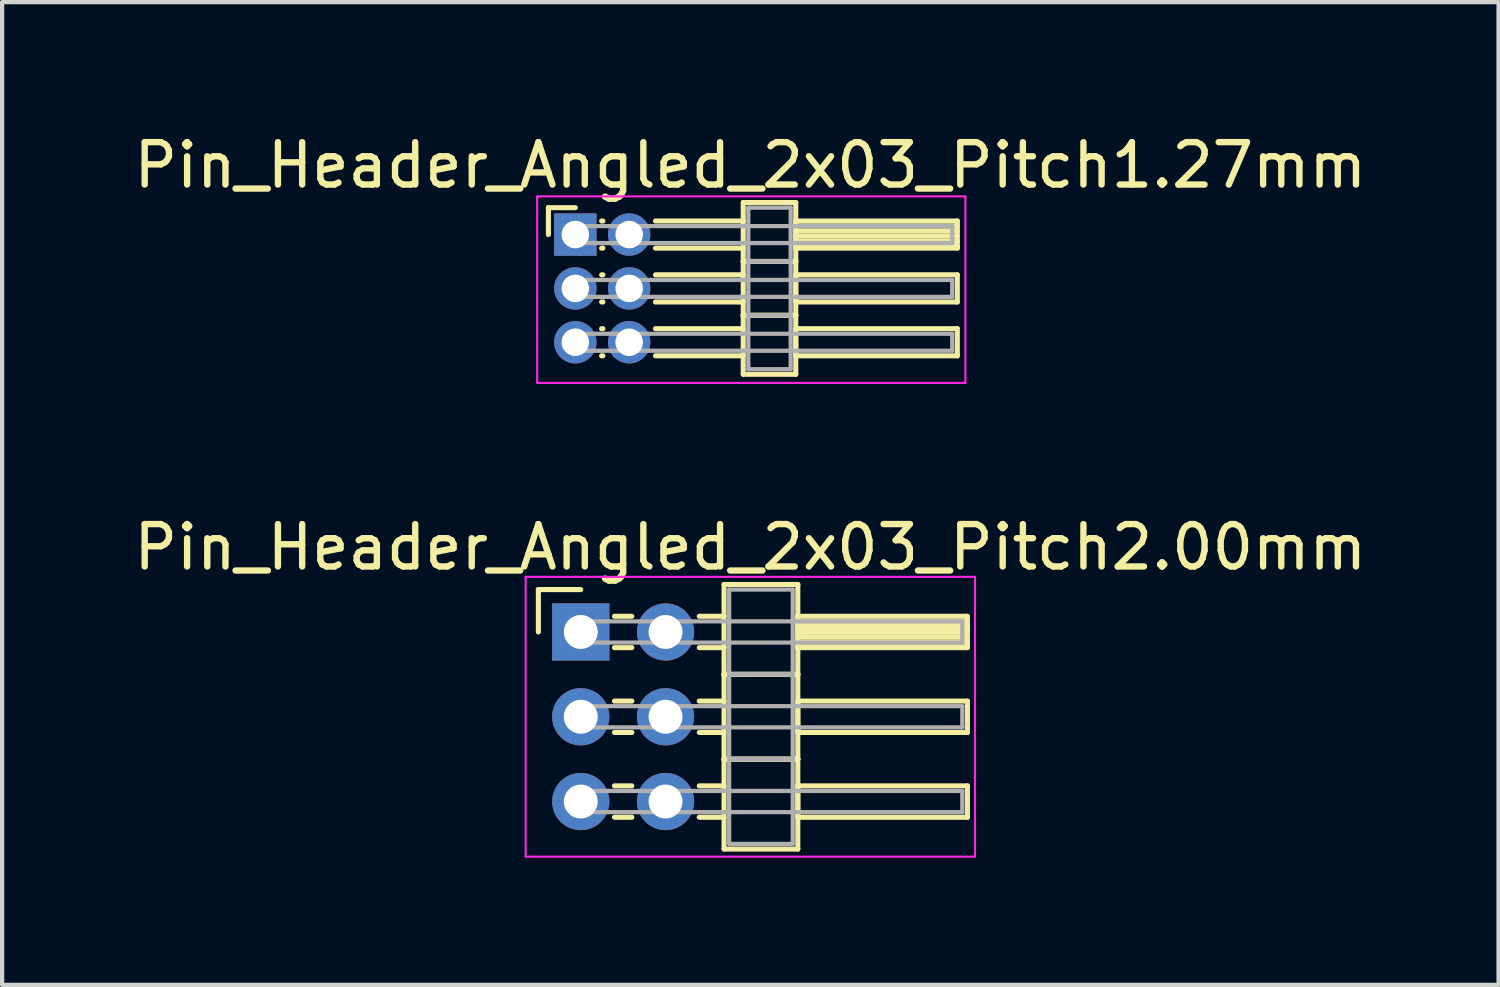
<source format=kicad_pcb>
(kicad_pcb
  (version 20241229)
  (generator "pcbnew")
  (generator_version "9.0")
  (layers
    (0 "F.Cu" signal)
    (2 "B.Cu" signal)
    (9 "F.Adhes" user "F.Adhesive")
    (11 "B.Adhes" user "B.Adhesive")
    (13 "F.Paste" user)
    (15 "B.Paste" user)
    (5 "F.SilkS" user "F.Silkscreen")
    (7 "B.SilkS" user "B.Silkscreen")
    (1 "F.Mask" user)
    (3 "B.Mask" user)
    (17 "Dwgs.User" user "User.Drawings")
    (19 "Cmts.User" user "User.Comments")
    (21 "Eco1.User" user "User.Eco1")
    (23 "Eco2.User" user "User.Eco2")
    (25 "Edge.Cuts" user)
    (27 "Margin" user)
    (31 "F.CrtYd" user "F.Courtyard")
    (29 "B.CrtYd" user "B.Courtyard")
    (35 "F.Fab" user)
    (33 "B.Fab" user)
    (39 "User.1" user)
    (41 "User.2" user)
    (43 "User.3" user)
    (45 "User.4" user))
  (footprint "Pin_Header_Angled_2x03_Pitch1.27mm"
    (layer "F.Cu")
    (at 10.521 2.483)
    (property "Reference" "Pin_Header_Angled_2x03_Pitch1.27mm" (at 4.128 -1.635 0) (layer "F.SilkS") (effects (font (size 1 1) (thickness 0.15))))
    (attr through_hole)
    (fp_line (start -0.635 -0.635) (end 0 -0.635) (stroke (width 0.12) (type solid)) (layer "F.SilkS"))
    (fp_line (start -0.635 0) (end -0.635 -0.635) (stroke (width 0.12) (type solid)) (layer "F.SilkS"))
    (fp_line (start 0.62 -0.32) (end 0.65 -0.32) (stroke (width 0.12) (type solid)) (layer "F.SilkS"))
    (fp_line (start 0.62 0.32) (end 0.65 0.32) (stroke (width 0.12) (type solid)) (layer "F.SilkS"))
    (fp_line (start 0.62 0.95) (end 0.65 0.95) (stroke (width 0.12) (type solid)) (layer "F.SilkS"))
    (fp_line (start 0.62 1.59) (end 0.65 1.59) (stroke (width 0.12) (type solid)) (layer "F.SilkS"))
    (fp_line (start 0.62 2.22) (end 0.65 2.22) (stroke (width 0.12) (type solid)) (layer "F.SilkS"))
    (fp_line (start 0.62 2.86) (end 0.65 2.86) (stroke (width 0.12) (type solid)) (layer "F.SilkS"))
    (fp_line (start 1.89 -0.32) (end 3.96 -0.32) (stroke (width 0.12) (type solid)) (layer "F.SilkS"))
    (fp_line (start 1.89 0.32) (end 3.96 0.32) (stroke (width 0.12) (type solid)) (layer "F.SilkS"))
    (fp_line (start 1.89 0.95) (end 3.96 0.95) (stroke (width 0.12) (type solid)) (layer "F.SilkS"))
    (fp_line (start 1.89 1.59) (end 3.96 1.59) (stroke (width 0.12) (type solid)) (layer "F.SilkS"))
    (fp_line (start 1.89 2.22) (end 3.96 2.22) (stroke (width 0.12) (type solid)) (layer "F.SilkS"))
    (fp_line (start 1.89 2.86) (end 3.96 2.86) (stroke (width 0.12) (type solid)) (layer "F.SilkS"))
    (fp_line (start 3.96 -0.755) (end 3.96 0.635) (stroke (width 0.12) (type solid)) (layer "F.SilkS"))
    (fp_line (start 3.96 0.635) (end 3.96 1.905) (stroke (width 0.12) (type solid)) (layer "F.SilkS"))
    (fp_line (start 3.96 0.635) (end 5.2 0.635) (stroke (width 0.12) (type solid)) (layer "F.SilkS"))
    (fp_line (start 3.96 1.905) (end 3.96 3.295) (stroke (width 0.12) (type solid)) (layer "F.SilkS"))
    (fp_line (start 3.96 1.905) (end 5.2 1.905) (stroke (width 0.12) (type solid)) (layer "F.SilkS"))
    (fp_line (start 3.96 3.295) (end 5.2 3.295) (stroke (width 0.12) (type solid)) (layer "F.SilkS"))
    (fp_line (start 5.2 -0.755) (end 3.96 -0.755) (stroke (width 0.12) (type solid)) (layer "F.SilkS"))
    (fp_line (start 5.2 -0.32) (end 5.2 0.32) (stroke (width 0.12) (type solid)) (layer "F.SilkS"))
    (fp_line (start 5.2 -0.2) (end 9.01 -0.2) (stroke (width 0.12) (type solid)) (layer "F.SilkS"))
    (fp_line (start 5.2 -0.08) (end 9.01 -0.08) (stroke (width 0.12) (type solid)) (layer "F.SilkS"))
    (fp_line (start 5.2 0.04) (end 9.01 0.04) (stroke (width 0.12) (type solid)) (layer "F.SilkS"))
    (fp_line (start 5.2 0.16) (end 9.01 0.16) (stroke (width 0.12) (type solid)) (layer "F.SilkS"))
    (fp_line (start 5.2 0.28) (end 9.01 0.28) (stroke (width 0.12) (type solid)) (layer "F.SilkS"))
    (fp_line (start 5.2 0.32) (end 9.01 0.32) (stroke (width 0.12) (type solid)) (layer "F.SilkS"))
    (fp_line (start 5.2 0.635) (end 3.96 0.635) (stroke (width 0.12) (type solid)) (layer "F.SilkS"))
    (fp_line (start 5.2 0.635) (end 5.2 -0.755) (stroke (width 0.12) (type solid)) (layer "F.SilkS"))
    (fp_line (start 5.2 0.95) (end 5.2 1.59) (stroke (width 0.12) (type solid)) (layer "F.SilkS"))
    (fp_line (start 5.2 1.59) (end 9.01 1.59) (stroke (width 0.12) (type solid)) (layer "F.SilkS"))
    (fp_line (start 5.2 1.905) (end 3.96 1.905) (stroke (width 0.12) (type solid)) (layer "F.SilkS"))
    (fp_line (start 5.2 1.905) (end 5.2 0.635) (stroke (width 0.12) (type solid)) (layer "F.SilkS"))
    (fp_line (start 5.2 2.22) (end 5.2 2.86) (stroke (width 0.12) (type solid)) (layer "F.SilkS"))
    (fp_line (start 5.2 2.86) (end 9.01 2.86) (stroke (width 0.12) (type solid)) (layer "F.SilkS"))
    (fp_line (start 5.2 3.295) (end 5.2 1.905) (stroke (width 0.12) (type solid)) (layer "F.SilkS"))
    (fp_line (start 9.01 -0.32) (end 5.2 -0.32) (stroke (width 0.12) (type solid)) (layer "F.SilkS"))
    (fp_line (start 9.01 0.32) (end 9.01 -0.32) (stroke (width 0.12) (type solid)) (layer "F.SilkS"))
    (fp_line (start 9.01 0.95) (end 5.2 0.95) (stroke (width 0.12) (type solid)) (layer "F.SilkS"))
    (fp_line (start 9.01 1.59) (end 9.01 0.95) (stroke (width 0.12) (type solid)) (layer "F.SilkS"))
    (fp_line (start 9.01 2.22) (end 5.2 2.22) (stroke (width 0.12) (type solid)) (layer "F.SilkS"))
    (fp_line (start 9.01 2.86) (end 9.01 2.22) (stroke (width 0.12) (type solid)) (layer "F.SilkS"))
    (fp_line (start -0.9 -0.9) (end -0.9 3.5) (stroke (width 0.05) (type solid)) (layer "F.CrtYd"))
    (fp_line (start -0.9 3.5) (end 9.2 3.5) (stroke (width 0.05) (type solid)) (layer "F.CrtYd"))
    (fp_line (start 9.2 -0.9) (end -0.9 -0.9) (stroke (width 0.05) (type solid)) (layer "F.CrtYd"))
    (fp_line (start 9.2 3.5) (end 9.2 -0.9) (stroke (width 0.05) (type solid)) (layer "F.CrtYd"))
    (fp_line (start 0 -0.2) (end 0 0.2) (stroke (width 0.1) (type solid)) (layer "F.Fab"))
    (fp_line (start 0 0.2) (end 8.89 0.2) (stroke (width 0.1) (type solid)) (layer "F.Fab"))
    (fp_line (start 0 1.07) (end 0 1.47) (stroke (width 0.1) (type solid)) (layer "F.Fab"))
    (fp_line (start 0 1.47) (end 8.89 1.47) (stroke (width 0.1) (type solid)) (layer "F.Fab"))
    (fp_line (start 0 2.34) (end 0 2.74) (stroke (width 0.1) (type solid)) (layer "F.Fab"))
    (fp_line (start 0 2.74) (end 8.89 2.74) (stroke (width 0.1) (type solid)) (layer "F.Fab"))
    (fp_line (start 4.08 -0.635) (end 4.08 0.635) (stroke (width 0.1) (type solid)) (layer "F.Fab"))
    (fp_line (start 4.08 0.635) (end 4.08 1.905) (stroke (width 0.1) (type solid)) (layer "F.Fab"))
    (fp_line (start 4.08 0.635) (end 5.08 0.635) (stroke (width 0.1) (type solid)) (layer "F.Fab"))
    (fp_line (start 4.08 1.905) (end 4.08 3.175) (stroke (width 0.1) (type solid)) (layer "F.Fab"))
    (fp_line (start 4.08 1.905) (end 5.08 1.905) (stroke (width 0.1) (type solid)) (layer "F.Fab"))
    (fp_line (start 4.08 3.175) (end 5.08 3.175) (stroke (width 0.1) (type solid)) (layer "F.Fab"))
    (fp_line (start 5.08 -0.635) (end 4.08 -0.635) (stroke (width 0.1) (type solid)) (layer "F.Fab"))
    (fp_line (start 5.08 0.635) (end 4.08 0.635) (stroke (width 0.1) (type solid)) (layer "F.Fab"))
    (fp_line (start 5.08 0.635) (end 5.08 -0.635) (stroke (width 0.1) (type solid)) (layer "F.Fab"))
    (fp_line (start 5.08 1.905) (end 4.08 1.905) (stroke (width 0.1) (type solid)) (layer "F.Fab"))
    (fp_line (start 5.08 1.905) (end 5.08 0.635) (stroke (width 0.1) (type solid)) (layer "F.Fab"))
    (fp_line (start 5.08 3.175) (end 5.08 1.905) (stroke (width 0.1) (type solid)) (layer "F.Fab"))
    (fp_line (start 8.89 -0.2) (end 0 -0.2) (stroke (width 0.1) (type solid)) (layer "F.Fab"))
    (fp_line (start 8.89 0.2) (end 8.89 -0.2) (stroke (width 0.1) (type solid)) (layer "F.Fab"))
    (fp_line (start 8.89 1.07) (end 0 1.07) (stroke (width 0.1) (type solid)) (layer "F.Fab"))
    (fp_line (start 8.89 1.47) (end 8.89 1.07) (stroke (width 0.1) (type solid)) (layer "F.Fab"))
    (fp_line (start 8.89 2.34) (end 0 2.34) (stroke (width 0.1) (type solid)) (layer "F.Fab"))
    (fp_line (start 8.89 2.74) (end 8.89 2.34) (stroke (width 0.1) (type solid)) (layer "F.Fab"))
    (pad "1" thru_hole rect (at 0 0) (size 1 1) (drill 0.65) (layers "*.Cu" "*.Mask"))
    (pad "2" thru_hole oval (at 1.27 0) (size 1 1) (drill 0.65) (layers "*.Cu" "*.Mask"))
    (pad "3" thru_hole oval (at 0 1.27) (size 1 1) (drill 0.65) (layers "*.Cu" "*.Mask"))
    (pad "4" thru_hole oval (at 1.27 1.27) (size 1 1) (drill 0.65) (layers "*.Cu" "*.Mask"))
    (pad "5" thru_hole oval (at 0 2.54) (size 1 1) (drill 0.65) (layers "*.Cu" "*.Mask"))
    (pad "6" thru_hole oval (at 1.27 2.54) (size 1 1) (drill 0.65) (layers "*.Cu" "*.Mask")))
  (footprint "Pin_Header_Angled_2x03_Pitch2.00mm"
    (layer "F.Cu")
    (at 10.649 11.857)
    (property "Reference" "Pin_Header_Angled_2x03_Pitch2.00mm" (at 4 -2 0) (layer "F.SilkS") (effects (font (size 1 1) (thickness 0.15))))
    (attr through_hole)
    (fp_line (start -1 -1) (end 0 -1) (stroke (width 0.12) (type solid)) (layer "F.SilkS"))
    (fp_line (start -1 0) (end -1 -1) (stroke (width 0.12) (type solid)) (layer "F.SilkS"))
    (fp_line (start 0.795 -0.37) (end 1.205 -0.37) (stroke (width 0.12) (type solid)) (layer "F.SilkS"))
    (fp_line (start 0.795 0.37) (end 1.205 0.37) (stroke (width 0.12) (type solid)) (layer "F.SilkS"))
    (fp_line (start 0.795 1.63) (end 1.205 1.63) (stroke (width 0.12) (type solid)) (layer "F.SilkS"))
    (fp_line (start 0.795 2.37) (end 1.205 2.37) (stroke (width 0.12) (type solid)) (layer "F.SilkS"))
    (fp_line (start 0.795 3.63) (end 1.205 3.63) (stroke (width 0.12) (type solid)) (layer "F.SilkS"))
    (fp_line (start 0.795 4.37) (end 1.205 4.37) (stroke (width 0.12) (type solid)) (layer "F.SilkS"))
    (fp_line (start 2.795 -0.37) (end 3.38 -0.37) (stroke (width 0.12) (type solid)) (layer "F.SilkS"))
    (fp_line (start 2.795 0.37) (end 3.38 0.37) (stroke (width 0.12) (type solid)) (layer "F.SilkS"))
    (fp_line (start 2.795 1.63) (end 3.38 1.63) (stroke (width 0.12) (type solid)) (layer "F.SilkS"))
    (fp_line (start 2.795 2.37) (end 3.38 2.37) (stroke (width 0.12) (type solid)) (layer "F.SilkS"))
    (fp_line (start 2.795 3.63) (end 3.38 3.63) (stroke (width 0.12) (type solid)) (layer "F.SilkS"))
    (fp_line (start 2.795 4.37) (end 3.38 4.37) (stroke (width 0.12) (type solid)) (layer "F.SilkS"))
    (fp_line (start 3.38 -1.12) (end 3.38 1) (stroke (width 0.12) (type solid)) (layer "F.SilkS"))
    (fp_line (start 3.38 1) (end 3.38 3) (stroke (width 0.12) (type solid)) (layer "F.SilkS"))
    (fp_line (start 3.38 1) (end 5.12 1) (stroke (width 0.12) (type solid)) (layer "F.SilkS"))
    (fp_line (start 3.38 3) (end 3.38 5.12) (stroke (width 0.12) (type solid)) (layer "F.SilkS"))
    (fp_line (start 3.38 3) (end 5.12 3) (stroke (width 0.12) (type solid)) (layer "F.SilkS"))
    (fp_line (start 3.38 5.12) (end 5.12 5.12) (stroke (width 0.12) (type solid)) (layer "F.SilkS"))
    (fp_line (start 5.12 -1.12) (end 3.38 -1.12) (stroke (width 0.12) (type solid)) (layer "F.SilkS"))
    (fp_line (start 5.12 -0.37) (end 5.12 0.37) (stroke (width 0.12) (type solid)) (layer "F.SilkS"))
    (fp_line (start 5.12 -0.25) (end 9.12 -0.25) (stroke (width 0.12) (type solid)) (layer "F.SilkS"))
    (fp_line (start 5.12 -0.13) (end 9.12 -0.13) (stroke (width 0.12) (type solid)) (layer "F.SilkS"))
    (fp_line (start 5.12 -0.01) (end 9.12 -0.01) (stroke (width 0.12) (type solid)) (layer "F.SilkS"))
    (fp_line (start 5.12 0.11) (end 9.12 0.11) (stroke (width 0.12) (type solid)) (layer "F.SilkS"))
    (fp_line (start 5.12 0.23) (end 9.12 0.23) (stroke (width 0.12) (type solid)) (layer "F.SilkS"))
    (fp_line (start 5.12 0.35) (end 9.12 0.35) (stroke (width 0.12) (type solid)) (layer "F.SilkS"))
    (fp_line (start 5.12 0.37) (end 9.12 0.37) (stroke (width 0.12) (type solid)) (layer "F.SilkS"))
    (fp_line (start 5.12 1) (end 3.38 1) (stroke (width 0.12) (type solid)) (layer "F.SilkS"))
    (fp_line (start 5.12 1) (end 5.12 -1.12) (stroke (width 0.12) (type solid)) (layer "F.SilkS"))
    (fp_line (start 5.12 1.63) (end 5.12 2.37) (stroke (width 0.12) (type solid)) (layer "F.SilkS"))
    (fp_line (start 5.12 2.37) (end 9.12 2.37) (stroke (width 0.12) (type solid)) (layer "F.SilkS"))
    (fp_line (start 5.12 3) (end 3.38 3) (stroke (width 0.12) (type solid)) (layer "F.SilkS"))
    (fp_line (start 5.12 3) (end 5.12 1) (stroke (width 0.12) (type solid)) (layer "F.SilkS"))
    (fp_line (start 5.12 3.63) (end 5.12 4.37) (stroke (width 0.12) (type solid)) (layer "F.SilkS"))
    (fp_line (start 5.12 4.37) (end 9.12 4.37) (stroke (width 0.12) (type solid)) (layer "F.SilkS"))
    (fp_line (start 5.12 5.12) (end 5.12 3) (stroke (width 0.12) (type solid)) (layer "F.SilkS"))
    (fp_line (start 9.12 -0.37) (end 5.12 -0.37) (stroke (width 0.12) (type solid)) (layer "F.SilkS"))
    (fp_line (start 9.12 0.37) (end 9.12 -0.37) (stroke (width 0.12) (type solid)) (layer "F.SilkS"))
    (fp_line (start 9.12 1.63) (end 5.12 1.63) (stroke (width 0.12) (type solid)) (layer "F.SilkS"))
    (fp_line (start 9.12 2.37) (end 9.12 1.63) (stroke (width 0.12) (type solid)) (layer "F.SilkS"))
    (fp_line (start 9.12 3.63) (end 5.12 3.63) (stroke (width 0.12) (type solid)) (layer "F.SilkS"))
    (fp_line (start 9.12 4.37) (end 9.12 3.63) (stroke (width 0.12) (type solid)) (layer "F.SilkS"))
    (fp_line (start -1.3 -1.3) (end -1.3 5.3) (stroke (width 0.05) (type solid)) (layer "F.CrtYd"))
    (fp_line (start -1.3 5.3) (end 9.3 5.3) (stroke (width 0.05) (type solid)) (layer "F.CrtYd"))
    (fp_line (start 9.3 -1.3) (end -1.3 -1.3) (stroke (width 0.05) (type solid)) (layer "F.CrtYd"))
    (fp_line (start 9.3 5.3) (end 9.3 -1.3) (stroke (width 0.05) (type solid)) (layer "F.CrtYd"))
    (fp_line (start 0 -0.25) (end 0 0.25) (stroke (width 0.1) (type solid)) (layer "F.Fab"))
    (fp_line (start 0 0.25) (end 9 0.25) (stroke (width 0.1) (type solid)) (layer "F.Fab"))
    (fp_line (start 0 1.75) (end 0 2.25) (stroke (width 0.1) (type solid)) (layer "F.Fab"))
    (fp_line (start 0 2.25) (end 9 2.25) (stroke (width 0.1) (type solid)) (layer "F.Fab"))
    (fp_line (start 0 3.75) (end 0 4.25) (stroke (width 0.1) (type solid)) (layer "F.Fab"))
    (fp_line (start 0 4.25) (end 9 4.25) (stroke (width 0.1) (type solid)) (layer "F.Fab"))
    (fp_line (start 3.5 -1) (end 3.5 1) (stroke (width 0.1) (type solid)) (layer "F.Fab"))
    (fp_line (start 3.5 1) (end 3.5 3) (stroke (width 0.1) (type solid)) (layer "F.Fab"))
    (fp_line (start 3.5 1) (end 5 1) (stroke (width 0.1) (type solid)) (layer "F.Fab"))
    (fp_line (start 3.5 3) (end 3.5 5) (stroke (width 0.1) (type solid)) (layer "F.Fab"))
    (fp_line (start 3.5 3) (end 5 3) (stroke (width 0.1) (type solid)) (layer "F.Fab"))
    (fp_line (start 3.5 5) (end 5 5) (stroke (width 0.1) (type solid)) (layer "F.Fab"))
    (fp_line (start 5 -1) (end 3.5 -1) (stroke (width 0.1) (type solid)) (layer "F.Fab"))
    (fp_line (start 5 1) (end 3.5 1) (stroke (width 0.1) (type solid)) (layer "F.Fab"))
    (fp_line (start 5 1) (end 5 -1) (stroke (width 0.1) (type solid)) (layer "F.Fab"))
    (fp_line (start 5 3) (end 3.5 3) (stroke (width 0.1) (type solid)) (layer "F.Fab"))
    (fp_line (start 5 3) (end 5 1) (stroke (width 0.1) (type solid)) (layer "F.Fab"))
    (fp_line (start 5 5) (end 5 3) (stroke (width 0.1) (type solid)) (layer "F.Fab"))
    (fp_line (start 9 -0.25) (end 0 -0.25) (stroke (width 0.1) (type solid)) (layer "F.Fab"))
    (fp_line (start 9 0.25) (end 9 -0.25) (stroke (width 0.1) (type solid)) (layer "F.Fab"))
    (fp_line (start 9 1.75) (end 0 1.75) (stroke (width 0.1) (type solid)) (layer "F.Fab"))
    (fp_line (start 9 2.25) (end 9 1.75) (stroke (width 0.1) (type solid)) (layer "F.Fab"))
    (fp_line (start 9 3.75) (end 0 3.75) (stroke (width 0.1) (type solid)) (layer "F.Fab"))
    (fp_line (start 9 4.25) (end 9 3.75) (stroke (width 0.1) (type solid)) (layer "F.Fab"))
    (pad "1" thru_hole rect (at 0 0) (size 1.35 1.35) (drill 0.8) (layers "*.Cu" "*.Mask"))
    (pad "2" thru_hole oval (at 2 0) (size 1.35 1.35) (drill 0.8) (layers "*.Cu" "*.Mask"))
    (pad "3" thru_hole oval (at 0 2) (size 1.35 1.35) (drill 0.8) (layers "*.Cu" "*.Mask"))
    (pad "4" thru_hole oval (at 2 2) (size 1.35 1.35) (drill 0.8) (layers "*.Cu" "*.Mask"))
    (pad "5" thru_hole oval (at 0 4) (size 1.35 1.35) (drill 0.8) (layers "*.Cu" "*.Mask"))
    (pad "6" thru_hole oval (at 2 4) (size 1.35 1.35) (drill 0.8) (layers "*.Cu" "*.Mask")))
  (gr_rect
    (start -3 -3)
    (end 32.298 20.181)
    (stroke (width 0.1) (type default))
    (fill no)
    (layer "Edge.Cuts")))
</source>
